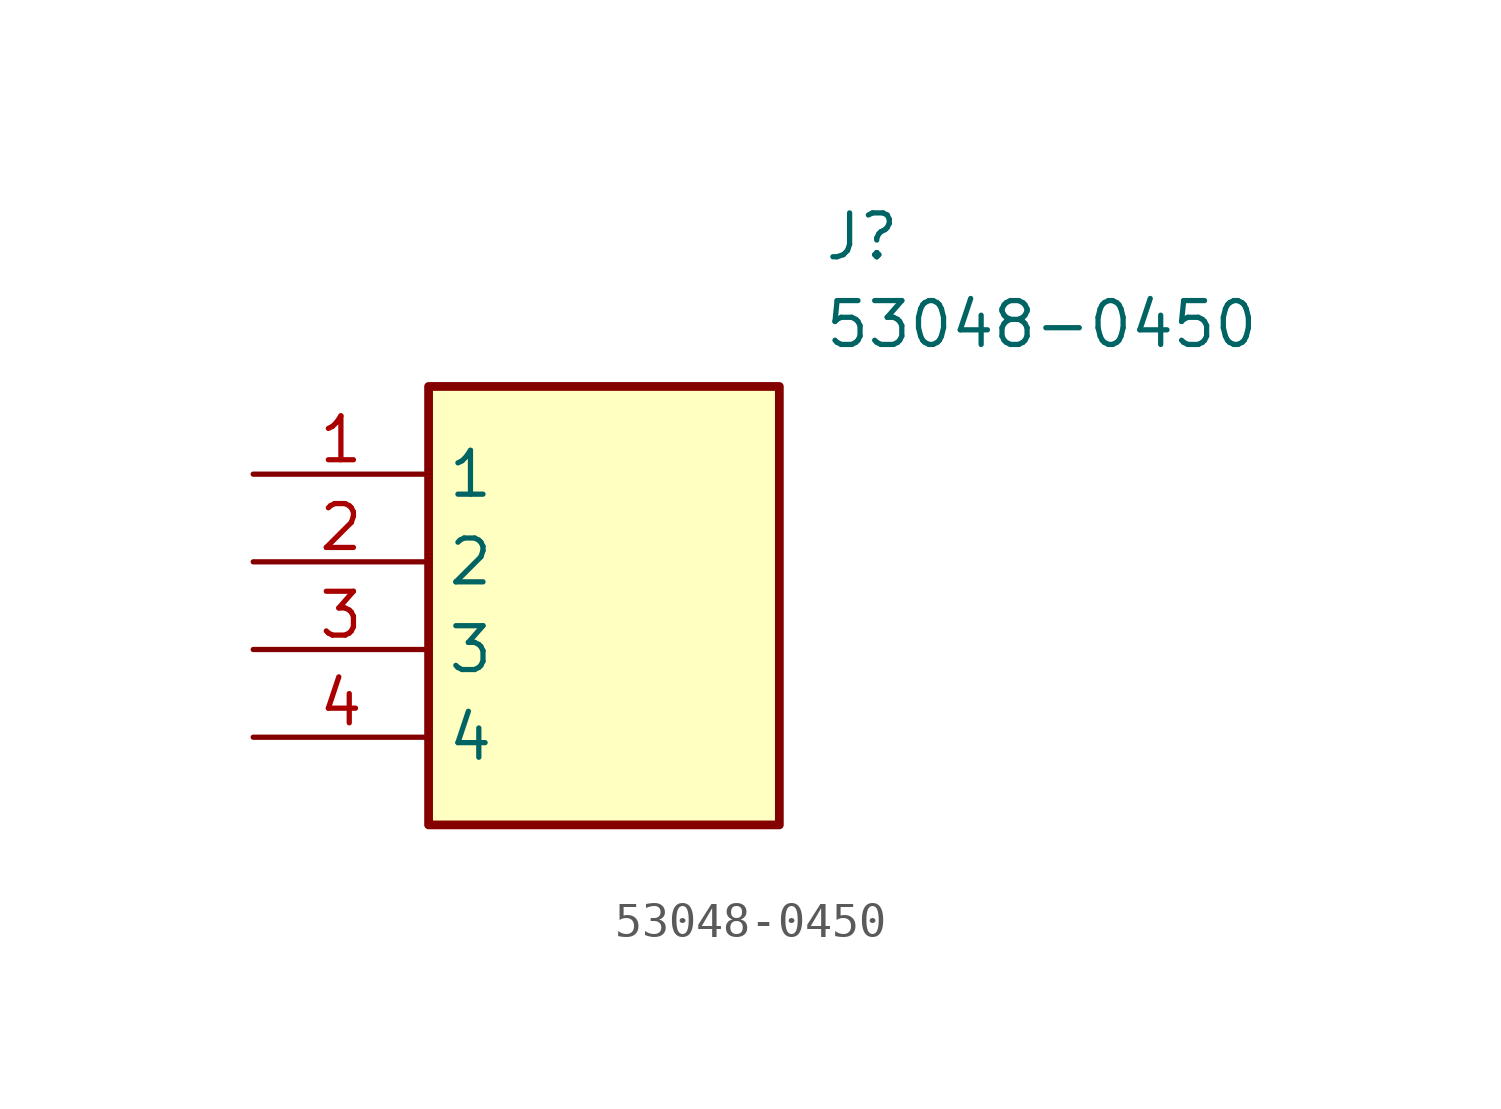
<source format=kicad_sym>
(kicad_symbol_lib
  (version 20211014)
  (generator SamacSys_ECAD_Model)
  (symbol "53048-0450"
    (property "Reference" "J"
      (at 16.51 7.62 0)
      (effects (font (size 1.27 1.27)) (justify left top)))
    (property "Value" "53048-0450"
      (at 16.51 5.08 0)
      (effects (font (size 1.27 1.27)) (justify left top)))
    (rectangle
      (start 5.08 2.54)
      (end 15.24 -10.16)
      (stroke (width 0.254) (type default))
      (fill (type background)))
    (pin passive line
      (at 0 0 0)
      (length 5.08)
      (name "1" (effects (font (size 1.27 1.27))))
      (number "1" (effects (font (size 1.27 1.27)))))
    (pin passive line
      (at 0 -2.54 0)
      (length 5.08)
      (name "2" (effects (font (size 1.27 1.27))))
      (number "2" (effects (font (size 1.27 1.27)))))
    (pin passive line
      (at 0 -5.08 0)
      (length 5.08)
      (name "3" (effects (font (size 1.27 1.27))))
      (number "3" (effects (font (size 1.27 1.27)))))
    (pin passive line
      (at 0 -7.62 0)
      (length 5.08)
      (name "4" (effects (font (size 1.27 1.27))))
      (number "4" (effects (font (size 1.27 1.27)))))))
</source>
